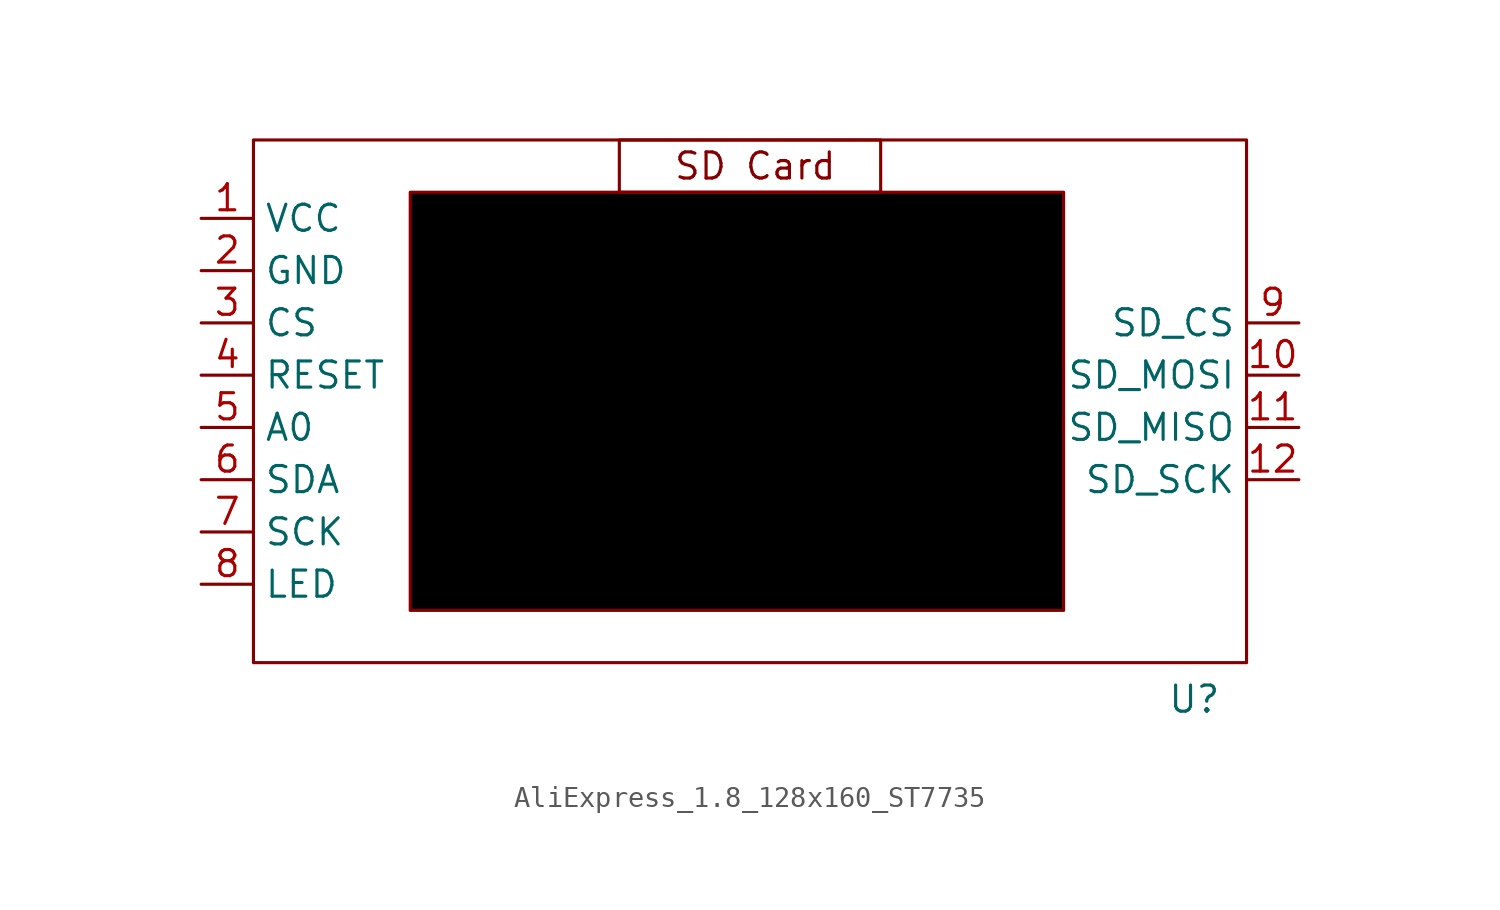
<source format=kicad_sym>
(kicad_symbol_lib
  (version 20231120)
  (generator "kicad_symbol_editor")
  (generator_version "8.0")
  (symbol "AliExpress_1.8_128x160_ST7735"
    (property "Reference" "U"
      (at 21.59 -14.478 0)
      (effects (font (size 1.27 1.27))))
    (property "Value" ""
      (at -15.24 -7.62 0)
      (effects (font (size 1.27 1.27))))
    (symbol "AliExpress_1.8_128x160_ST7735_1_1"
      (rectangle (start -24.13 12.7) (end 24.13 -12.7) (stroke (width 0) (type default)) (fill (type none)))
      (rectangle (start -16.51 10.16) (end 15.24 -10.16) (stroke (width 0) (type default)) (fill (type color) (color 0 0 0 1)))
      (rectangle (start -6.35 12.7) (end 6.35 10.16) (stroke (width 0) (type default)) (fill (type none)))
      (text "SD Card" (at 0.254 11.43 0) (effects (font (size 1.27 1.27))))
      (pin power_in line (at -26.67 8.89 0) (length 2.54) (name "VCC" (effects (font (size 1.27 1.27)))) (number "1" (effects (font (size 1.27 1.27)))))
      (pin input line (at 26.67 1.27 180) (length 2.54) (name "SD_MOSI" (effects (font (size 1.27 1.27)))) (number "10" (effects (font (size 1.27 1.27)))))
      (pin output line (at 26.67 -1.27 180) (length 2.54) (name "SD_MISO" (effects (font (size 1.27 1.27)))) (number "11" (effects (font (size 1.27 1.27)))))
      (pin input line (at 26.67 -3.81 180) (length 2.54) (name "SD_SCK" (effects (font (size 1.27 1.27)))) (number "12" (effects (font (size 1.27 1.27)))))
      (pin passive line (at -26.67 6.35 0) (length 2.54) (name "GND" (effects (font (size 1.27 1.27)))) (number "2" (effects (font (size 1.27 1.27)))))
      (pin input line (at -26.67 3.81 0) (length 2.54) (name "CS" (effects (font (size 1.27 1.27)))) (number "3" (effects (font (size 1.27 1.27)))))
      (pin input line (at -26.67 1.27 0) (length 2.54) (name "RESET" (effects (font (size 1.27 1.27)))) (number "4" (effects (font (size 1.27 1.27)))))
      (pin input line (at -26.67 -1.27 0) (length 2.54) (name "A0" (effects (font (size 1.27 1.27)))) (number "5" (effects (font (size 1.27 1.27)))))
      (pin input line (at -26.67 -3.81 0) (length 2.54) (name "SDA" (effects (font (size 1.27 1.27)))) (number "6" (effects (font (size 1.27 1.27)))))
      (pin input line (at -26.67 -6.35 0) (length 2.54) (name "SCK" (effects (font (size 1.27 1.27)))) (number "7" (effects (font (size 1.27 1.27)))))
      (pin power_in line (at -26.67 -8.89 0) (length 2.54) (name "LED" (effects (font (size 1.27 1.27)))) (number "8" (effects (font (size 1.27 1.27)))))
      (pin input line (at 26.67 3.81 180) (length 2.54) (name "SD_CS" (effects (font (size 1.27 1.27)))) (number "9" (effects (font (size 1.27 1.27))))))))
</source>
